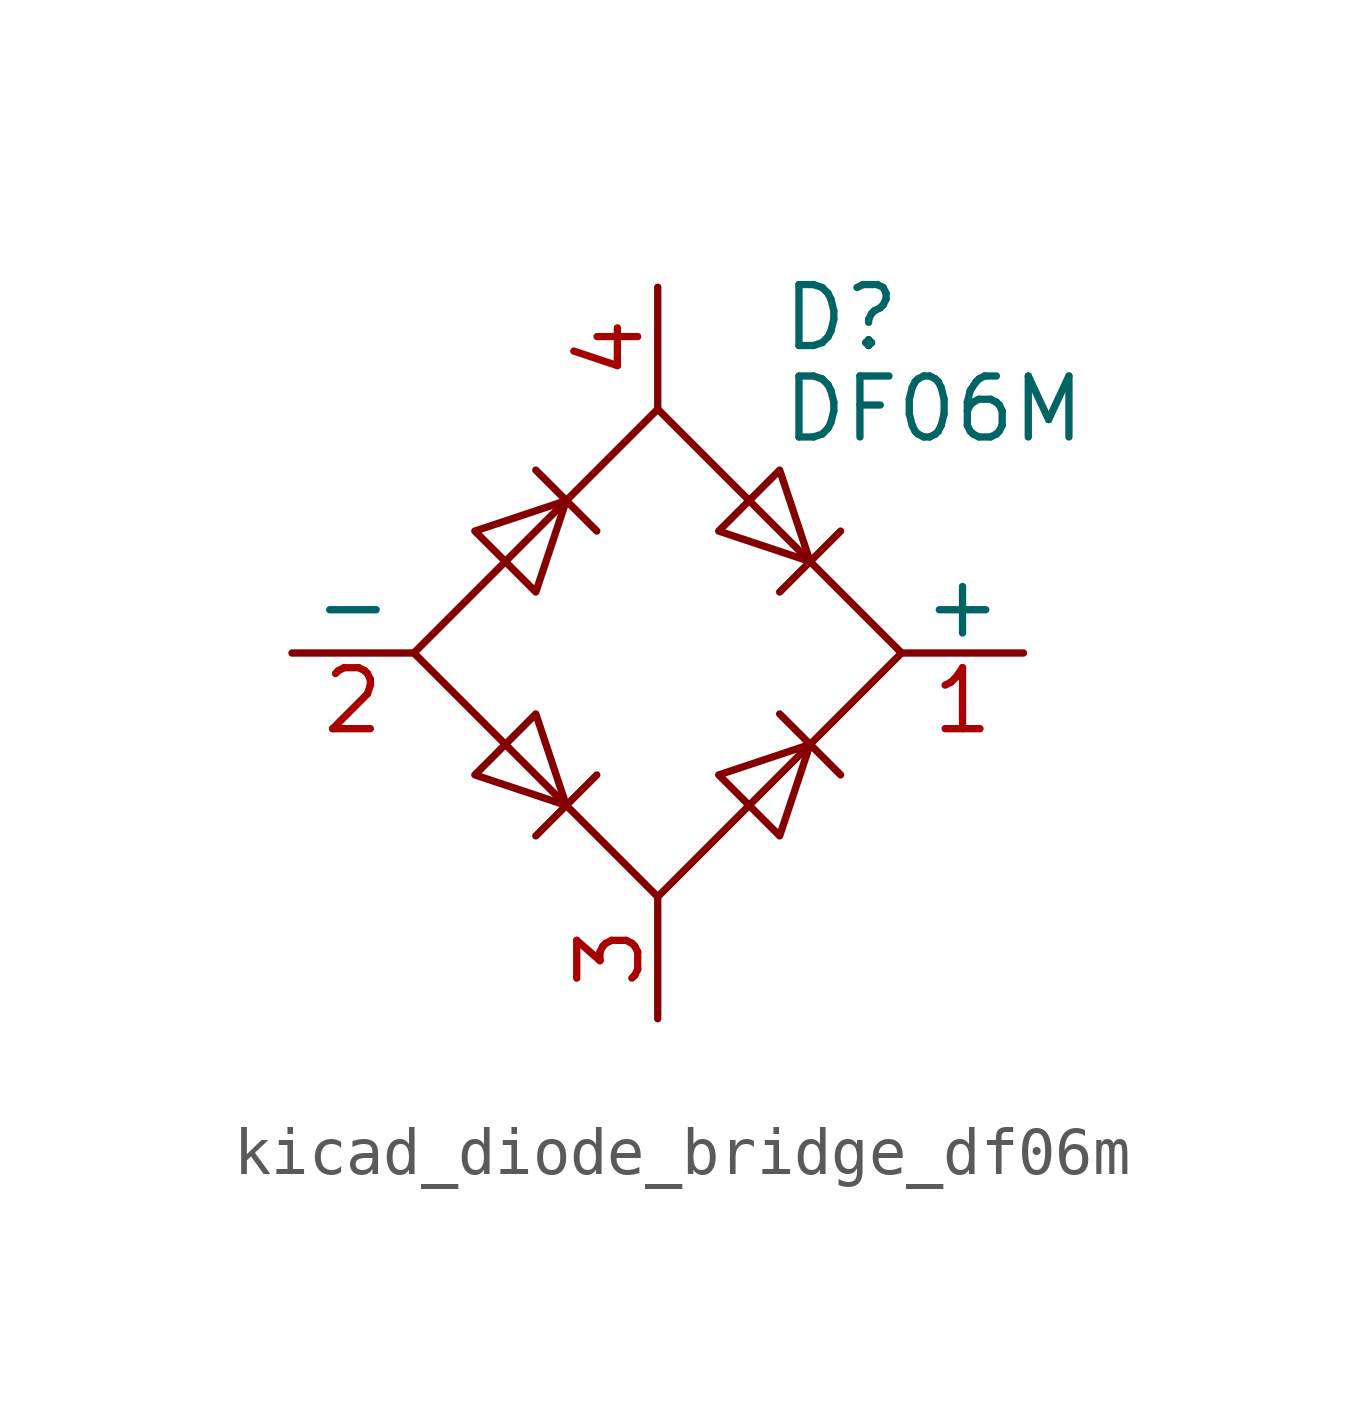
<source format=kicad_sym>
(kicad_symbol_lib
  (version 20220914)
  (generator kicad_symbol_editor)
  (symbol "kicad_diode_bridge_df06m"
    (pin_names
      (offset 0))
    (property "Reference" "D"
      (at 2.54 6.985 0)
      (effects (font (size 1.27 1.27)) (justify left)))
    (property "Value" "DF06M"
      (at 2.54 5.08 0)
      (effects (font (size 1.27 1.27)) (justify left)))
    (symbol "kicad_diode_bridge_df06m_0_1"
      (polyline (pts (xy -2.54 3.81) (xy -1.27 2.54)) (stroke (width 0) (type default)) (fill (type none)))
      (polyline (pts (xy -1.27 -2.54) (xy -2.54 -3.81)) (stroke (width 0) (type default)) (fill (type none)))
      (polyline (pts (xy 2.54 -1.27) (xy 3.81 -2.54)) (stroke (width 0) (type default)) (fill (type none)))
      (polyline (pts (xy 2.54 1.27) (xy 3.81 2.54)) (stroke (width 0) (type default)) (fill (type none)))
      (polyline (pts (xy -3.81 2.54) (xy -2.54 1.27) (xy -1.905 3.175) (xy -3.81 2.54)) (stroke (width 0) (type default)) (fill (type none)))
      (polyline (pts (xy -2.54 -1.27) (xy -3.81 -2.54) (xy -1.905 -3.175) (xy -2.54 -1.27)) (stroke (width 0) (type default)) (fill (type none)))
      (polyline (pts (xy 1.27 2.54) (xy 2.54 3.81) (xy 3.175 1.905) (xy 1.27 2.54)) (stroke (width 0) (type default)) (fill (type none)))
      (polyline (pts (xy 3.175 -1.905) (xy 1.27 -2.54) (xy 2.54 -3.81) (xy 3.175 -1.905)) (stroke (width 0) (type default)) (fill (type none)))
      (polyline (pts (xy -5.08 0) (xy 0 -5.08) (xy 5.08 0) (xy 0 5.08) (xy -5.08 0)) (stroke (width 0) (type default)) (fill (type none))))
    (symbol "kicad_diode_bridge_df06m_1_1"
      (pin passive line (at 7.62 0 180) (length 2.54) (name "+" (effects (font (size 1.27 1.27)))) (number "1" (effects (font (size 1.27 1.27)))))
      (pin passive line (at -7.62 0 0) (length 2.54) (name "-" (effects (font (size 1.27 1.27)))) (number "2" (effects (font (size 1.27 1.27)))))
      (pin passive line (at 0 -7.62 90) (length 2.54) (name "~" (effects (font (size 1.27 1.27)))) (number "3" (effects (font (size 1.27 1.27)))))
      (pin passive line (at 0 7.62 270) (length 2.54) (name "~" (effects (font (size 1.27 1.27)))) (number "4" (effects (font (size 1.27 1.27))))))))
</source>
